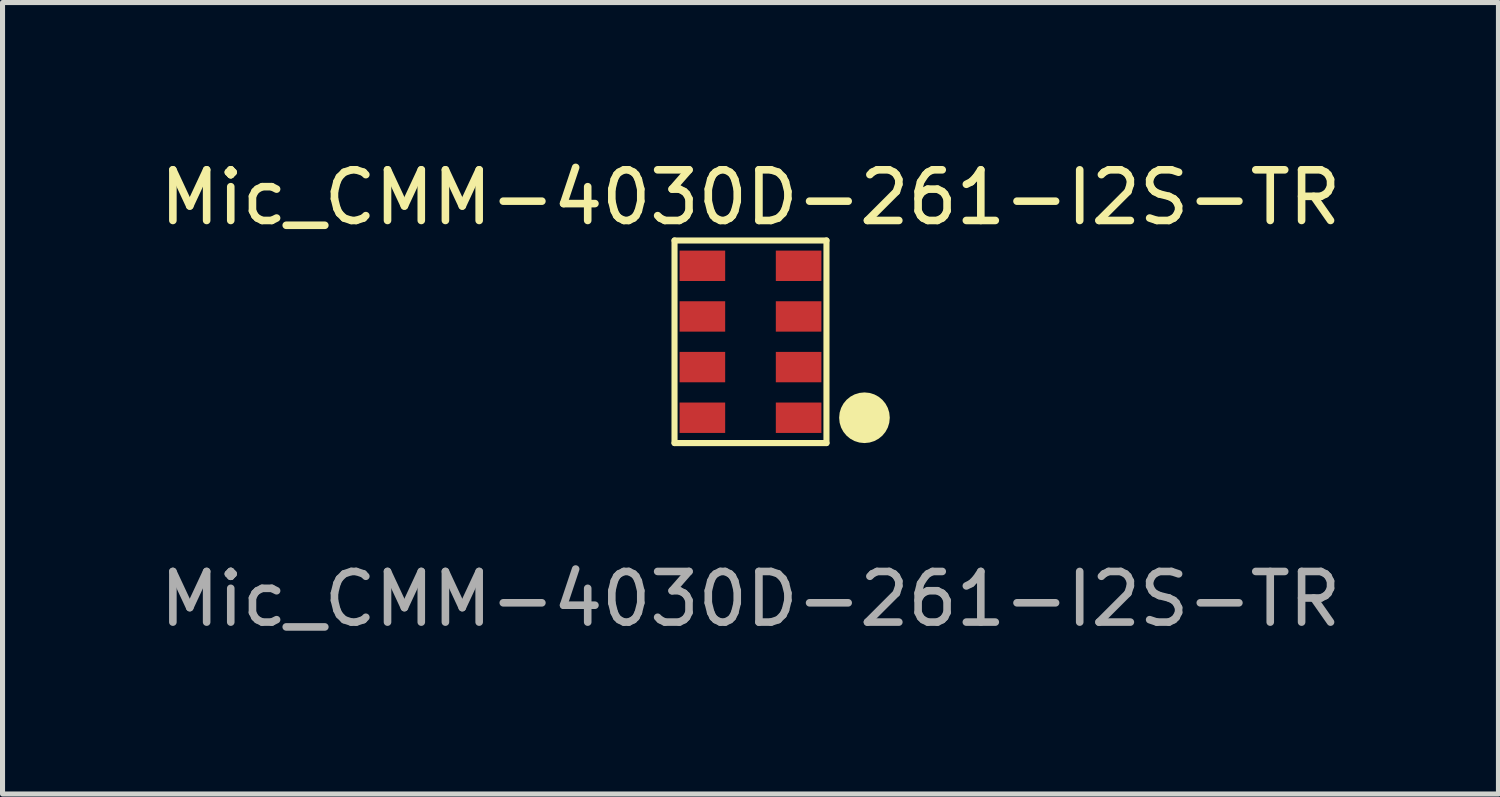
<source format=kicad_pcb>
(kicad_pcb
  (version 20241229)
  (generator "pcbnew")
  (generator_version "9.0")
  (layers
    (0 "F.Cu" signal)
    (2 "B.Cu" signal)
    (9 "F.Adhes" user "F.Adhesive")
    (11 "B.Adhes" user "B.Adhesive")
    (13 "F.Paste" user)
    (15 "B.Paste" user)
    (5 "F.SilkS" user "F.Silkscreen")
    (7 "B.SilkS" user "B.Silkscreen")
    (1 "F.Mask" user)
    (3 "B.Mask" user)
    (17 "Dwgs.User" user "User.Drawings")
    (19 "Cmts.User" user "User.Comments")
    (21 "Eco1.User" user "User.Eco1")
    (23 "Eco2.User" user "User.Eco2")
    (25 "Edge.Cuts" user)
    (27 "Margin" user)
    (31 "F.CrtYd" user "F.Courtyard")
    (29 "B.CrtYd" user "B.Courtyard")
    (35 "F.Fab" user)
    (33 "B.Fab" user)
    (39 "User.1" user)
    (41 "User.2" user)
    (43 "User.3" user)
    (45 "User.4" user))
  (footprint "Mic_CMM-4030D-261-I2S-TR"
    (layer "F.Cu")
    (at 11.768 3.698)
    (property "Reference" "Mic_CMM-4030D-261-I2S-TR" (at 0 -2.85 0) (unlocked yes) (layer "F.SilkS") (effects (font (size 1 1) (thickness 0.15))))
    (attr smd)
    (fp_line (start -1.5 -2) (end 1.5 -2) (stroke (width 0.12) (type solid)) (layer "F.SilkS"))
    (fp_line (start -1.5 2) (end -1.5 -2) (stroke (width 0.12) (type solid)) (layer "F.SilkS"))
    (fp_line (start 1.5 -2) (end 1.5 2) (stroke (width 0.12) (type solid)) (layer "F.SilkS"))
    (fp_line (start 1.5 2) (end -1.5 2) (stroke (width 0.12) (type solid)) (layer "F.SilkS"))
    (fp_circle (center 2.25 1.5) (end 2.5 1.5) (stroke (width 0.5) (type solid)) (fill no) (layer "F.SilkS"))
    (fp_text user "${REFERENCE}" (at 0 5.08 0) (unlocked yes) (layer "F.Fab") (effects (font (size 1 1) (thickness 0.15))))
    (pad "1" smd rect (at 0.95 1.5) (size 0.9 0.6) (layers "F.Cu" "F.Mask" "F.Paste"))
    (pad "2" smd rect (at 0.95 0.5) (size 0.9 0.6) (layers "F.Cu" "F.Mask" "F.Paste"))
    (pad "3" smd rect (at 0.95 -0.5) (size 0.9 0.6) (layers "F.Cu" "F.Mask" "F.Paste"))
    (pad "4" smd rect (at 0.95 -1.5) (size 0.9 0.6) (layers "F.Cu" "F.Mask" "F.Paste"))
    (pad "5" smd rect (at -0.95 -1.5) (size 0.9 0.6) (layers "F.Cu" "F.Mask" "F.Paste"))
    (pad "6" smd rect (at -0.95 -0.5) (size 0.9 0.6) (layers "F.Cu" "F.Mask" "F.Paste"))
    (pad "7" smd rect (at -0.95 0.5) (size 0.9 0.6) (layers "F.Cu" "F.Mask" "F.Paste"))
    (pad "8" smd rect (at -0.95 1.5) (size 0.9 0.6) (layers "F.Cu" "F.Mask" "F.Paste")))
  (gr_rect
    (start -3 -3)
    (end 26.536 12.627)
    (stroke (width 0.1) (type default))
    (fill no)
    (layer "Edge.Cuts")))
</source>
